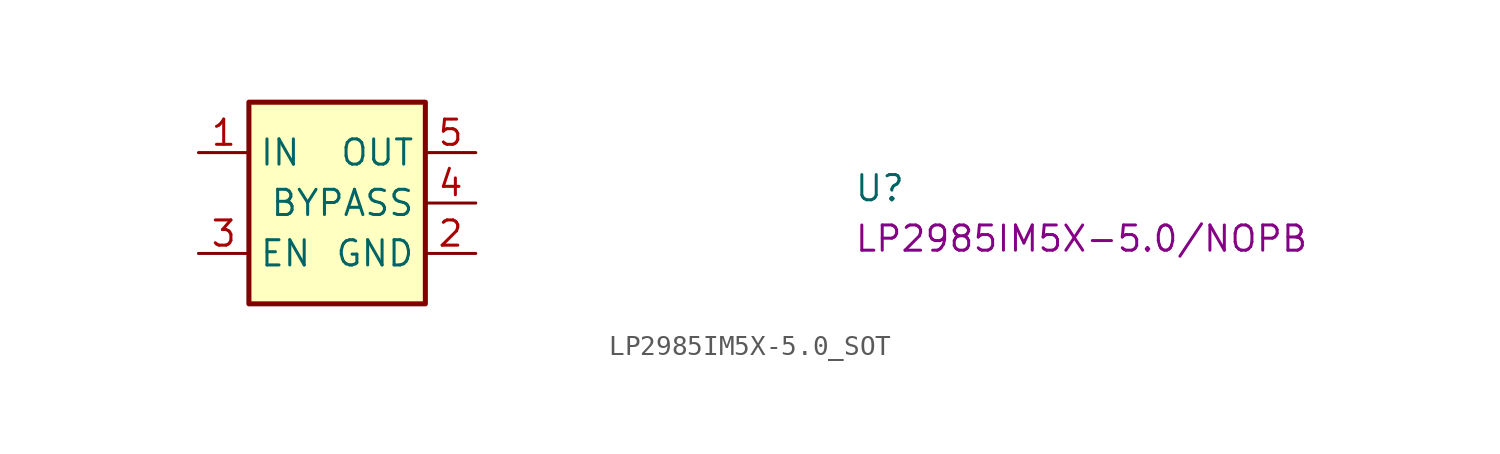
<source format=kicad_sym>
(kicad_symbol_lib
  (version 20220914)
  (generator kicad_symbol_editor)
  (symbol "LP2985IM5X-5.0_SOT"
    (property "Reference" "U"
      (at 33.02 -2.54 0)
      (effects (font (size 1.27 1.27) (thickness 0.15)) (justify left bottom)))
    (property "MPN" "LP2985IM5X-5.0/NOPB"
      (at 33.02 -5.08 0)
      (effects (font (size 1.27 1.27) (thickness 0.15)) (justify left bottom)))
    (symbol "LP2985IM5X-5.0_SOT_1_1"
      (rectangle (start 2.54 2.54) (end 11.43 -7.62) (stroke (width 0.254) (type default)) (fill (type background)))
      (pin power_in line (at 0 0 0) (length 2.54) (name "IN" (effects (font (size 1.27 1.27)))) (number "1" (effects (font (size 1.27 1.27)))))
      (pin power_in line (at 13.97 -5.08 180) (length 2.54) (name "GND" (effects (font (size 1.27 1.27)))) (number "2" (effects (font (size 1.27 1.27)))))
      (pin input line (at 0 -5.08 0) (length 2.54) (name "EN" (effects (font (size 1.27 1.27)))) (number "3" (effects (font (size 1.27 1.27)))))
      (pin passive line (at 13.97 -2.54 180) (length 2.54) (name "BYPASS" (effects (font (size 1.27 1.27)))) (number "4" (effects (font (size 1.27 1.27)))))
      (pin power_out line (at 13.97 0 180) (length 2.54) (name "OUT" (effects (font (size 1.27 1.27)))) (number "5" (effects (font (size 1.27 1.27))))))))
</source>
